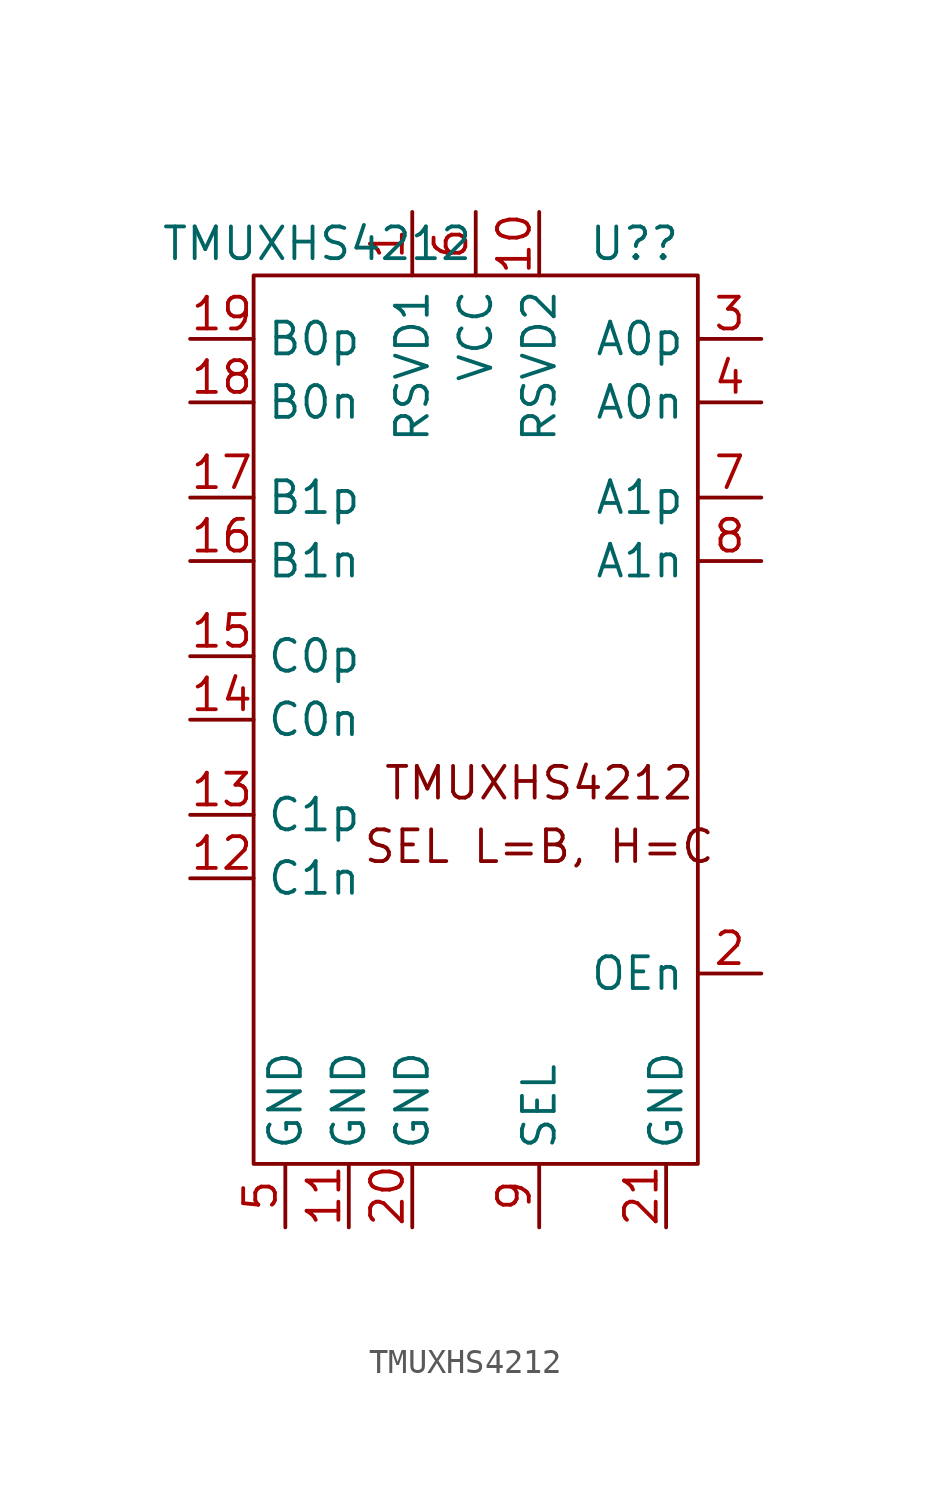
<source format=kicad_sym>
(kicad_symbol_lib
  (version 20220914)
  (generator kicad_symbol_editor)
  (symbol "TMUXHS4212"
    (property "Reference" "U?"
      (at 12.7 0 0)
      (effects (font (size 1.27 1.27))))
    (property "Value" "TMUXHS4212"
      (at 0 0 0)
      (effects (font (size 1.27 1.27))))
    (symbol "TMUXHS4212_0_1"
      (rectangle (start -2.54 -1.27) (end 15.24 -36.83) (stroke (width 0) (type default)) (fill (type none))))
    (symbol "TMUXHS4212_1_1"
      (text "SEL L=B, H=C" (at 8.89 -24.13 0) (effects (font (size 1.27 1.27))))
      (text "TMUXHS4212\n" (at 8.89 -21.59 0) (effects (font (size 1.27 1.27))))
      (pin passive line (at 3.81 1.27 270) (length 2.54) (name "RSVD1" (effects (font (size 1.27 1.27)))) (number "1" (effects (font (size 1.27 1.27)))))
      (pin passive line (at 8.89 1.27 270) (length 2.54) (name "RSVD2" (effects (font (size 1.27 1.27)))) (number "10" (effects (font (size 1.27 1.27)))))
      (pin power_in line (at 1.27 -39.37 90) (length 2.54) (name "GND" (effects (font (size 1.27 1.27)))) (number "11" (effects (font (size 1.27 1.27)))))
      (pin bidirectional line (at -5.08 -25.4 0) (length 2.54) (name "C1n" (effects (font (size 1.27 1.27)))) (number "12" (effects (font (size 1.27 1.27)))))
      (pin bidirectional line (at -5.08 -22.86 0) (length 2.54) (name "C1p" (effects (font (size 1.27 1.27)))) (number "13" (effects (font (size 1.27 1.27)))))
      (pin bidirectional line (at -5.08 -19.05 0) (length 2.54) (name "C0n" (effects (font (size 1.27 1.27)))) (number "14" (effects (font (size 1.27 1.27)))))
      (pin bidirectional line (at -5.08 -16.51 0) (length 2.54) (name "C0p" (effects (font (size 1.27 1.27)))) (number "15" (effects (font (size 1.27 1.27)))))
      (pin bidirectional line (at -5.08 -12.7 0) (length 2.54) (name "B1n" (effects (font (size 1.27 1.27)))) (number "16" (effects (font (size 1.27 1.27)))))
      (pin bidirectional line (at -5.08 -10.16 0) (length 2.54) (name "B1p" (effects (font (size 1.27 1.27)))) (number "17" (effects (font (size 1.27 1.27)))))
      (pin bidirectional line (at -5.08 -6.35 0) (length 2.54) (name "B0n" (effects (font (size 1.27 1.27)))) (number "18" (effects (font (size 1.27 1.27)))))
      (pin bidirectional line (at -5.08 -3.81 0) (length 2.54) (name "B0p" (effects (font (size 1.27 1.27)))) (number "19" (effects (font (size 1.27 1.27)))))
      (pin input line (at 17.78 -29.21 180) (length 2.54) (name "OEn" (effects (font (size 1.27 1.27)))) (number "2" (effects (font (size 1.27 1.27)))))
      (pin power_in line (at 3.81 -39.37 90) (length 2.54) (name "GND" (effects (font (size 1.27 1.27)))) (number "20" (effects (font (size 1.27 1.27)))))
      (pin power_in line (at 13.97 -39.37 90) (length 2.54) (name "GND" (effects (font (size 1.27 1.27)))) (number "21" (effects (font (size 1.27 1.27)))))
      (pin bidirectional line (at 17.78 -3.81 180) (length 2.54) (name "A0p" (effects (font (size 1.27 1.27)))) (number "3" (effects (font (size 1.27 1.27)))))
      (pin bidirectional line (at 17.78 -6.35 180) (length 2.54) (name "A0n" (effects (font (size 1.27 1.27)))) (number "4" (effects (font (size 1.27 1.27)))))
      (pin power_in line (at -1.27 -39.37 90) (length 2.54) (name "GND" (effects (font (size 1.27 1.27)))) (number "5" (effects (font (size 1.27 1.27)))))
      (pin power_in line (at 6.35 1.27 270) (length 2.54) (name "VCC" (effects (font (size 1.27 1.27)))) (number "6" (effects (font (size 1.27 1.27)))))
      (pin bidirectional line (at 17.78 -10.16 180) (length 2.54) (name "A1p" (effects (font (size 1.27 1.27)))) (number "7" (effects (font (size 1.27 1.27)))))
      (pin bidirectional line (at 17.78 -12.7 180) (length 2.54) (name "A1n" (effects (font (size 1.27 1.27)))) (number "8" (effects (font (size 1.27 1.27)))))
      (pin input line (at 8.89 -39.37 90) (length 2.54) (name "SEL" (effects (font (size 1.27 1.27)))) (number "9" (effects (font (size 1.27 1.27))))))))
</source>
